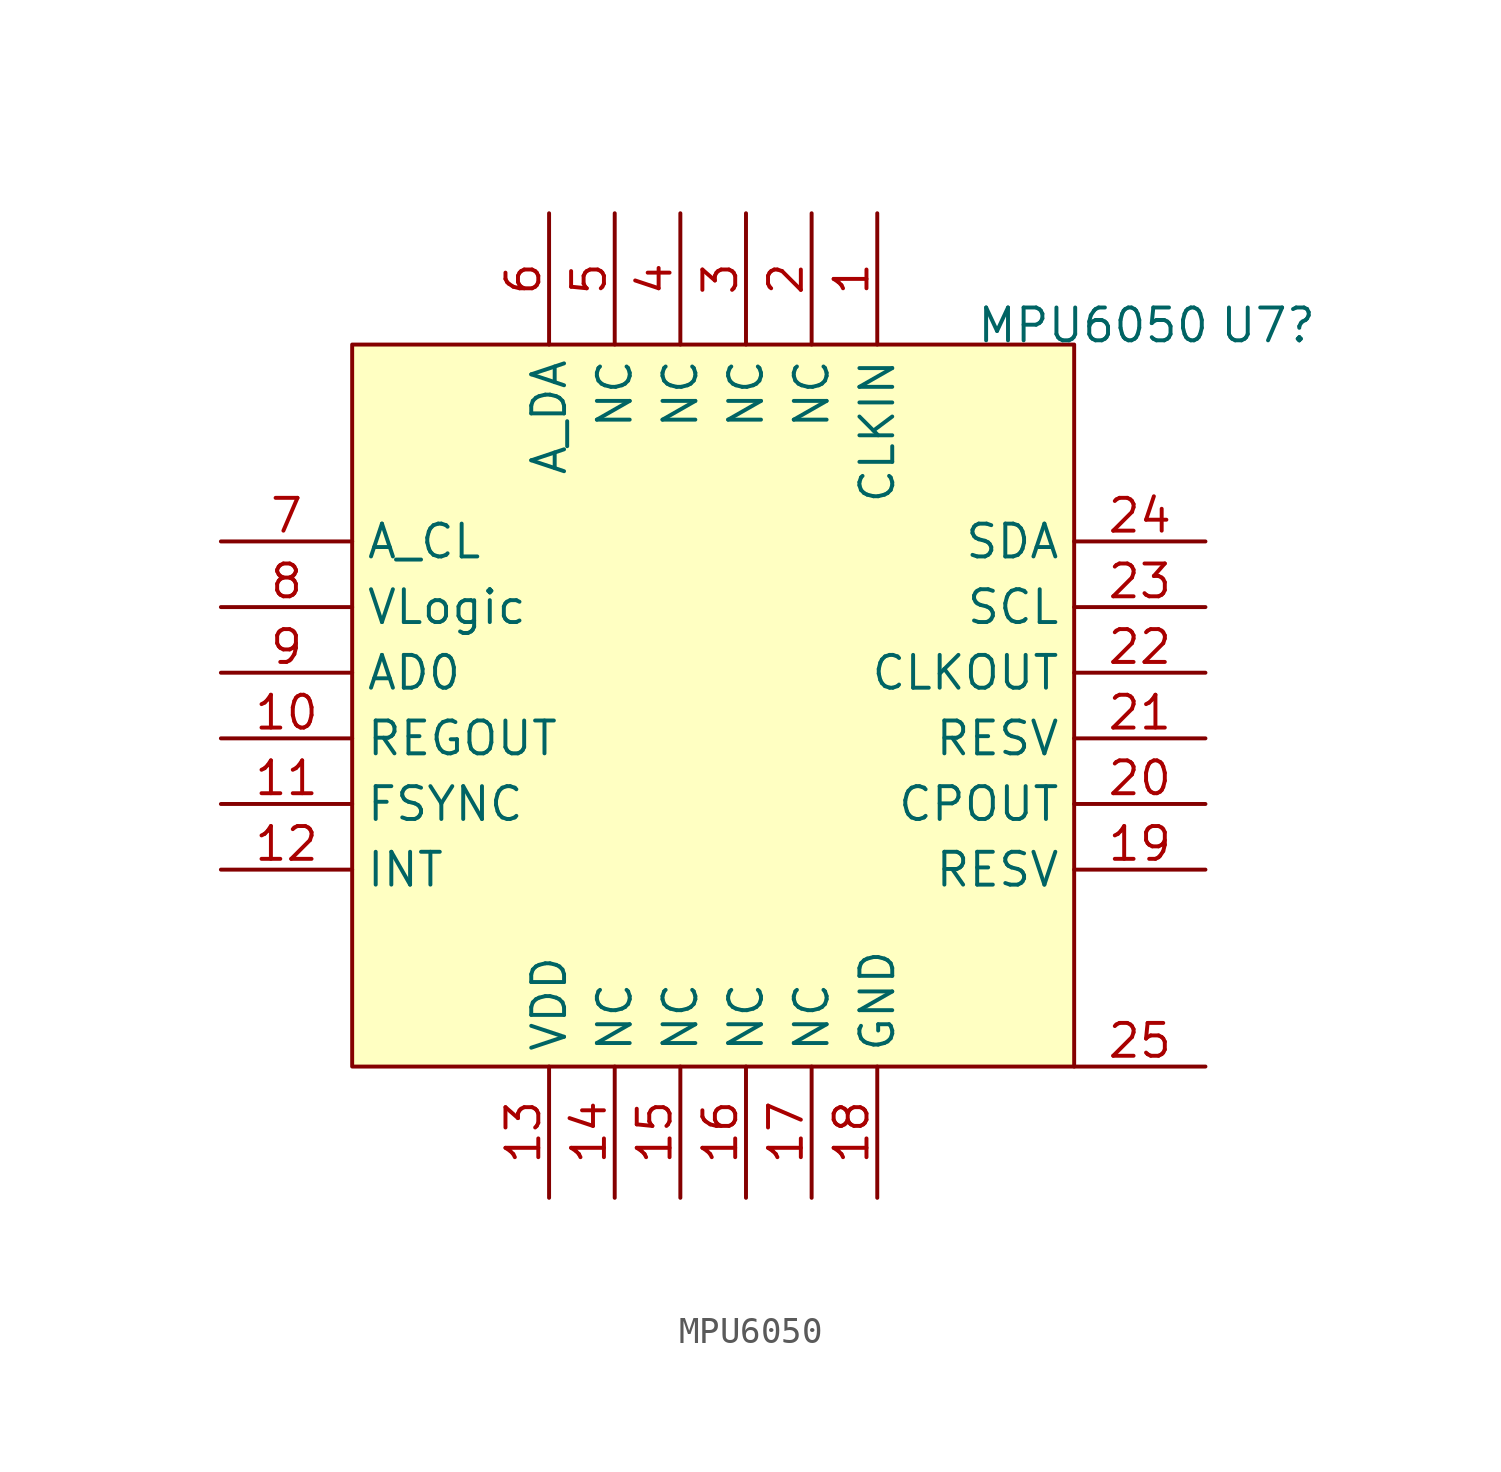
<source format=kicad_sym>
(kicad_symbol_lib
  (version 20211014)
  (generator kicad_symbol_editor)
  (symbol "MPU6050"
    (property "Reference" "U7"
      (at 19.558 13.97 0)
      (effects (font (size 1.27 1.27)) (justify left bottom)))
    (property "Value" "MPU6050"
      (at 10.16 13.97 0)
      (effects (font (size 1.27 1.27)) (justify left bottom)))
    (symbol "MPU6050_1_0"
      (rectangle (start 13.97 13.97) (end -13.97 -13.97) (stroke (width 0) (type default) (color 0 0 0 0)) (fill (type background)))
      (pin passive line (at 6.35 19.05 270) (length 5.08) (name "CLKIN" (effects (font (size 1.27 1.27)))) (number "1" (effects (font (size 1.27 1.27)))))
      (pin passive line (at -19.05 -1.27 0) (length 5.08) (name "REGOUT" (effects (font (size 1.27 1.27)))) (number "10" (effects (font (size 1.27 1.27)))))
      (pin passive line (at -19.05 -3.81 0) (length 5.08) (name "FSYNC" (effects (font (size 1.27 1.27)))) (number "11" (effects (font (size 1.27 1.27)))))
      (pin passive line (at -19.05 -6.35 0) (length 5.08) (name "INT" (effects (font (size 1.27 1.27)))) (number "12" (effects (font (size 1.27 1.27)))))
      (pin passive line (at -6.35 -19.05 90) (length 5.08) (name "VDD" (effects (font (size 1.27 1.27)))) (number "13" (effects (font (size 1.27 1.27)))))
      (pin passive line (at -3.81 -19.05 90) (length 5.08) (name "NC" (effects (font (size 1.27 1.27)))) (number "14" (effects (font (size 1.27 1.27)))))
      (pin passive line (at -1.27 -19.05 90) (length 5.08) (name "NC" (effects (font (size 1.27 1.27)))) (number "15" (effects (font (size 1.27 1.27)))))
      (pin passive line (at 1.27 -19.05 90) (length 5.08) (name "NC" (effects (font (size 1.27 1.27)))) (number "16" (effects (font (size 1.27 1.27)))))
      (pin passive line (at 3.81 -19.05 90) (length 5.08) (name "NC" (effects (font (size 1.27 1.27)))) (number "17" (effects (font (size 1.27 1.27)))))
      (pin passive line (at 6.35 -19.05 90) (length 5.08) (name "GND" (effects (font (size 1.27 1.27)))) (number "18" (effects (font (size 1.27 1.27)))))
      (pin passive line (at 19.05 -6.35 180) (length 5.08) (name "RESV" (effects (font (size 1.27 1.27)))) (number "19" (effects (font (size 1.27 1.27)))))
      (pin passive line (at 3.81 19.05 270) (length 5.08) (name "NC" (effects (font (size 1.27 1.27)))) (number "2" (effects (font (size 1.27 1.27)))))
      (pin passive line (at 19.05 -3.81 180) (length 5.08) (name "CPOUT" (effects (font (size 1.27 1.27)))) (number "20" (effects (font (size 1.27 1.27)))))
      (pin passive line (at 19.05 -1.27 180) (length 5.08) (name "RESV" (effects (font (size 1.27 1.27)))) (number "21" (effects (font (size 1.27 1.27)))))
      (pin passive line (at 19.05 1.27 180) (length 5.08) (name "CLKOUT" (effects (font (size 1.27 1.27)))) (number "22" (effects (font (size 1.27 1.27)))))
      (pin passive line (at 19.05 3.81 180) (length 5.08) (name "SCL" (effects (font (size 1.27 1.27)))) (number "23" (effects (font (size 1.27 1.27)))))
      (pin passive line (at 19.05 6.35 180) (length 5.08) (name "SDA" (effects (font (size 1.27 1.27)))) (number "24" (effects (font (size 1.27 1.27)))))
      (pin passive line (at 19.05 -13.97 180) (length 5.08) (name "" (effects (font (size 1.27 1.27)))) (number "25" (effects (font (size 1.27 1.27)))))
      (pin passive line (at 1.27 19.05 270) (length 5.08) (name "NC" (effects (font (size 1.27 1.27)))) (number "3" (effects (font (size 1.27 1.27)))))
      (pin passive line (at -1.27 19.05 270) (length 5.08) (name "NC" (effects (font (size 1.27 1.27)))) (number "4" (effects (font (size 1.27 1.27)))))
      (pin passive line (at -3.81 19.05 270) (length 5.08) (name "NC" (effects (font (size 1.27 1.27)))) (number "5" (effects (font (size 1.27 1.27)))))
      (pin passive line (at -6.35 19.05 270) (length 5.08) (name "A_DA" (effects (font (size 1.27 1.27)))) (number "6" (effects (font (size 1.27 1.27)))))
      (pin passive line (at -19.05 6.35 0) (length 5.08) (name "A_CL" (effects (font (size 1.27 1.27)))) (number "7" (effects (font (size 1.27 1.27)))))
      (pin passive line (at -19.05 3.81 0) (length 5.08) (name "VLogic" (effects (font (size 1.27 1.27)))) (number "8" (effects (font (size 1.27 1.27)))))
      (pin passive line (at -19.05 1.27 0) (length 5.08) (name "AD0" (effects (font (size 1.27 1.27)))) (number "9" (effects (font (size 1.27 1.27))))))))
</source>
